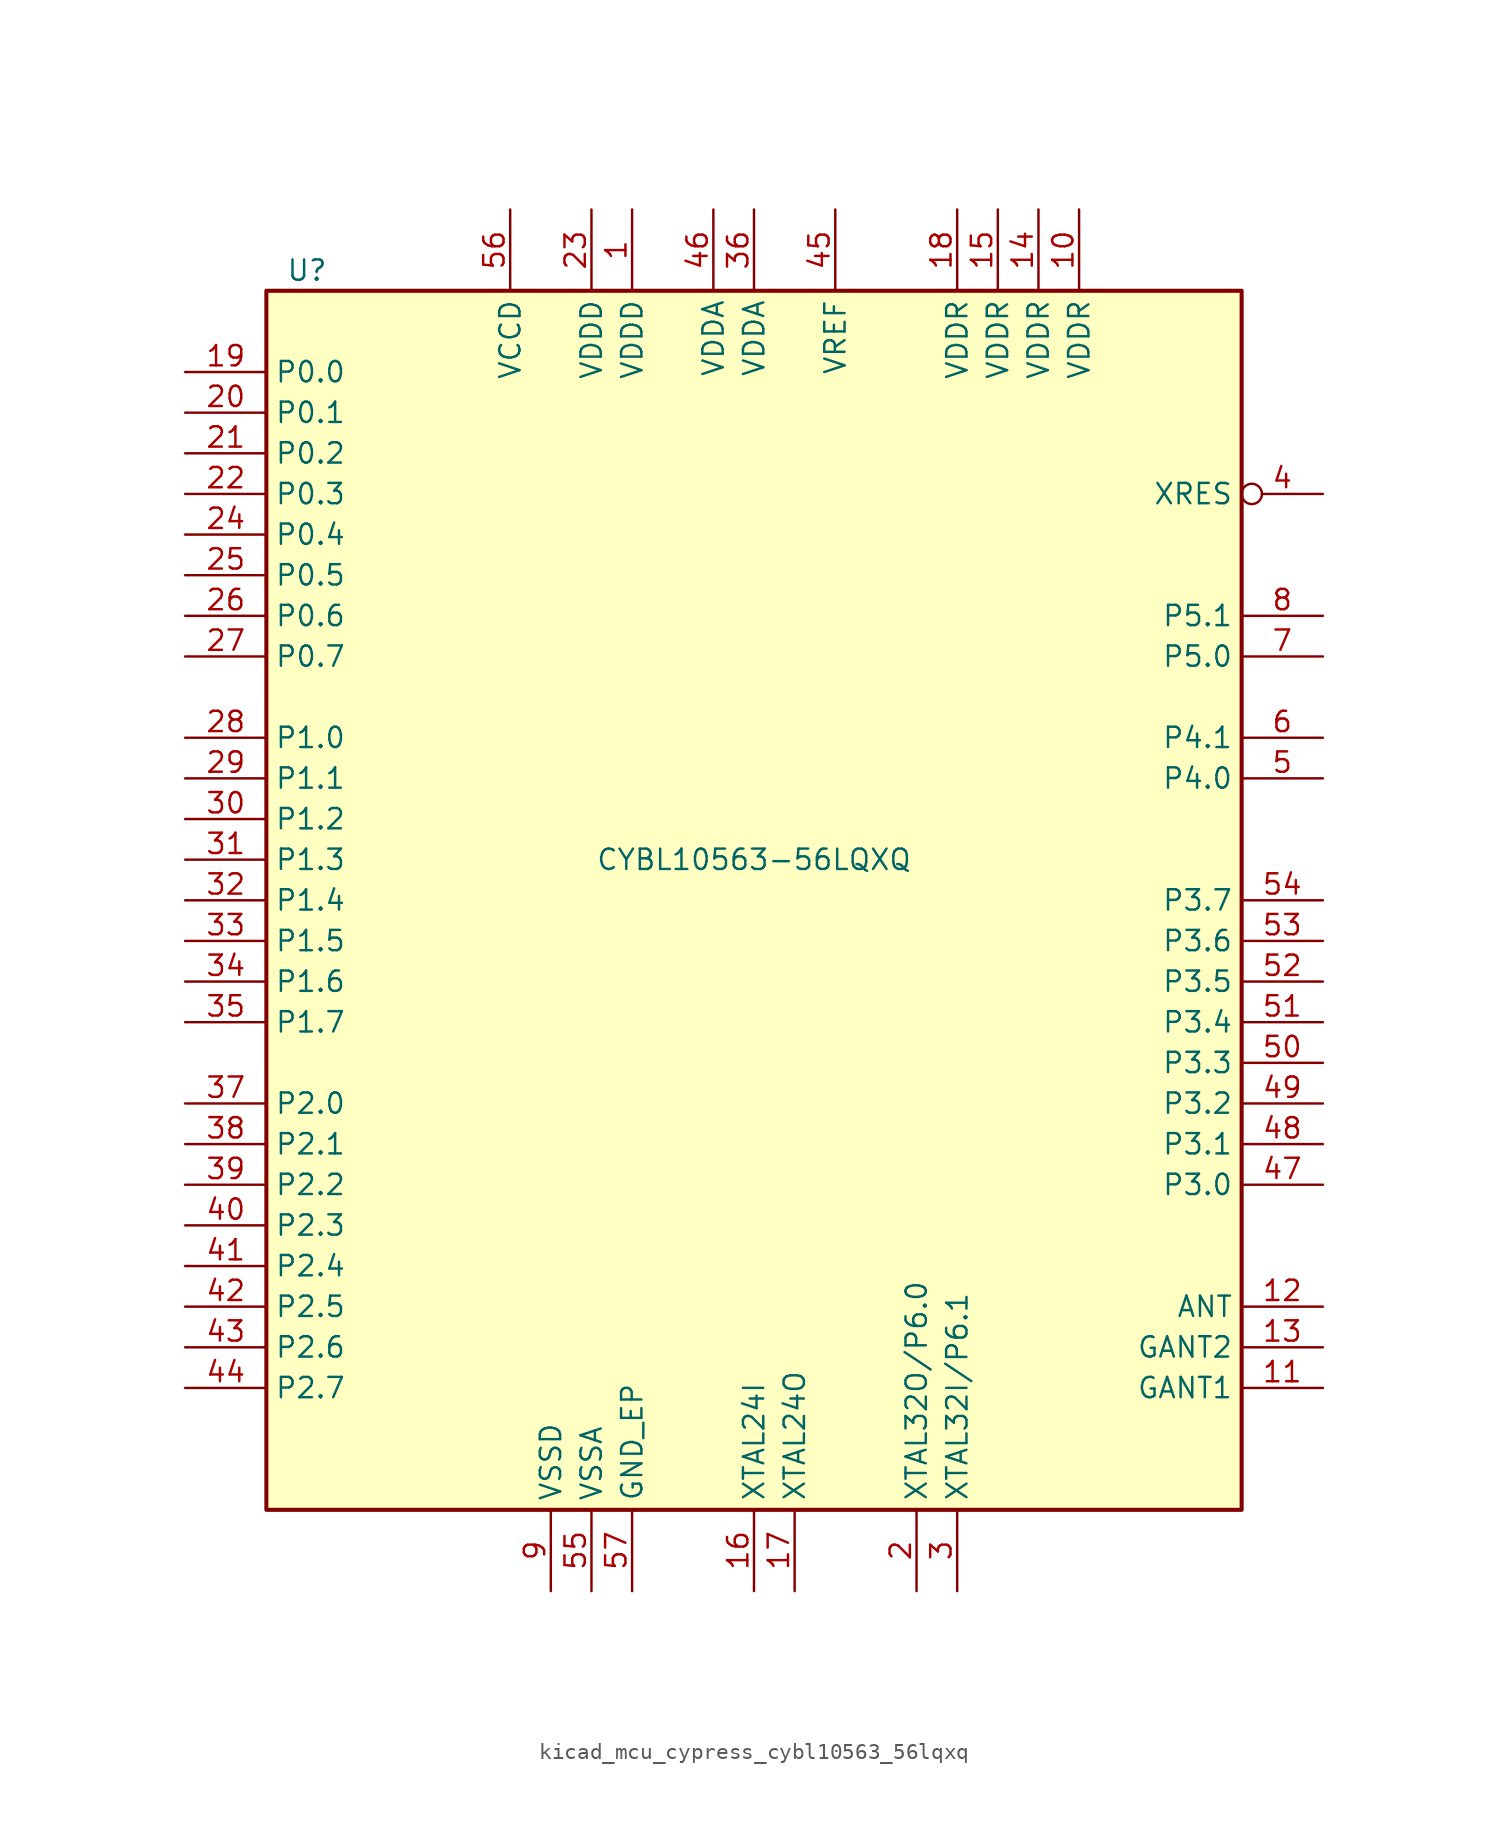
<source format=kicad_sym>
(kicad_symbol_lib
  (version 20220914)
  (generator kicad_symbol_editor)
  (symbol "kicad_mcu_cypress_cybl10563_56lqxq"
    (property "Reference" "U"
      (at -27.94 39.37 0)
      (effects (font (size 1.27 1.27))))
    (property "Value" "CYBL10563-56LQXQ"
      (at 0 2.54 0)
      (effects (font (size 1.27 1.27))))
    (symbol "kicad_mcu_cypress_cybl10563_56lqxq_1_0"
      (rectangle (start -30.48 -38.1) (end 30.48 38.1) (stroke (width 0.254) (type default)) (fill (type background))))
    (symbol "kicad_mcu_cypress_cybl10563_56lqxq_1_1"
      (pin power_in line (at -7.62 43.18 270) (length 5.08) (name "VDDD" (effects (font (size 1.27 1.27)))) (number "1" (effects (font (size 1.27 1.27)))))
      (pin power_in line (at 20.32 43.18 270) (length 5.08) (name "VDDR" (effects (font (size 1.27 1.27)))) (number "10" (effects (font (size 1.27 1.27)))))
      (pin power_in line (at 35.56 -30.48 180) (length 5.08) (name "GANT1" (effects (font (size 1.27 1.27)))) (number "11" (effects (font (size 1.27 1.27)))))
      (pin output line (at 35.56 -25.4 180) (length 5.08) (name "ANT" (effects (font (size 1.27 1.27)))) (number "12" (effects (font (size 1.27 1.27)))))
      (pin power_in line (at 35.56 -27.94 180) (length 5.08) (name "GANT2" (effects (font (size 1.27 1.27)))) (number "13" (effects (font (size 1.27 1.27)))))
      (pin power_in line (at 17.78 43.18 270) (length 5.08) (name "VDDR" (effects (font (size 1.27 1.27)))) (number "14" (effects (font (size 1.27 1.27)))))
      (pin power_in line (at 15.24 43.18 270) (length 5.08) (name "VDDR" (effects (font (size 1.27 1.27)))) (number "15" (effects (font (size 1.27 1.27)))))
      (pin input line (at 0 -43.18 90) (length 5.08) (name "XTAL24I" (effects (font (size 1.27 1.27)))) (number "16" (effects (font (size 1.27 1.27)))))
      (pin output line (at 2.54 -43.18 90) (length 5.08) (name "XTAL24O" (effects (font (size 1.27 1.27)))) (number "17" (effects (font (size 1.27 1.27)))))
      (pin power_in line (at 12.7 43.18 270) (length 5.08) (name "VDDR" (effects (font (size 1.27 1.27)))) (number "18" (effects (font (size 1.27 1.27)))))
      (pin bidirectional line (at -35.56 33.02 0) (length 5.08) (name "P0.0" (effects (font (size 1.27 1.27)))) (number "19" (effects (font (size 1.27 1.27)))))
      (pin bidirectional line (at 10.16 -43.18 90) (length 5.08) (name "XTAL32O/P6.0" (effects (font (size 1.27 1.27)))) (number "2" (effects (font (size 1.27 1.27)))))
      (pin bidirectional line (at -35.56 30.48 0) (length 5.08) (name "P0.1" (effects (font (size 1.27 1.27)))) (number "20" (effects (font (size 1.27 1.27)))))
      (pin bidirectional line (at -35.56 27.94 0) (length 5.08) (name "P0.2" (effects (font (size 1.27 1.27)))) (number "21" (effects (font (size 1.27 1.27)))))
      (pin bidirectional line (at -35.56 25.4 0) (length 5.08) (name "P0.3" (effects (font (size 1.27 1.27)))) (number "22" (effects (font (size 1.27 1.27)))))
      (pin power_in line (at -10.16 43.18 270) (length 5.08) (name "VDDD" (effects (font (size 1.27 1.27)))) (number "23" (effects (font (size 1.27 1.27)))))
      (pin bidirectional line (at -35.56 22.86 0) (length 5.08) (name "P0.4" (effects (font (size 1.27 1.27)))) (number "24" (effects (font (size 1.27 1.27)))))
      (pin bidirectional line (at -35.56 20.32 0) (length 5.08) (name "P0.5" (effects (font (size 1.27 1.27)))) (number "25" (effects (font (size 1.27 1.27)))))
      (pin bidirectional line (at -35.56 17.78 0) (length 5.08) (name "P0.6" (effects (font (size 1.27 1.27)))) (number "26" (effects (font (size 1.27 1.27)))))
      (pin bidirectional line (at -35.56 15.24 0) (length 5.08) (name "P0.7" (effects (font (size 1.27 1.27)))) (number "27" (effects (font (size 1.27 1.27)))))
      (pin bidirectional line (at -35.56 10.16 0) (length 5.08) (name "P1.0" (effects (font (size 1.27 1.27)))) (number "28" (effects (font (size 1.27 1.27)))))
      (pin bidirectional line (at -35.56 7.62 0) (length 5.08) (name "P1.1" (effects (font (size 1.27 1.27)))) (number "29" (effects (font (size 1.27 1.27)))))
      (pin bidirectional line (at 12.7 -43.18 90) (length 5.08) (name "XTAL32I/P6.1" (effects (font (size 1.27 1.27)))) (number "3" (effects (font (size 1.27 1.27)))))
      (pin bidirectional line (at -35.56 5.08 0) (length 5.08) (name "P1.2" (effects (font (size 1.27 1.27)))) (number "30" (effects (font (size 1.27 1.27)))))
      (pin bidirectional line (at -35.56 2.54 0) (length 5.08) (name "P1.3" (effects (font (size 1.27 1.27)))) (number "31" (effects (font (size 1.27 1.27)))))
      (pin bidirectional line (at -35.56 0 0) (length 5.08) (name "P1.4" (effects (font (size 1.27 1.27)))) (number "32" (effects (font (size 1.27 1.27)))))
      (pin bidirectional line (at -35.56 -2.54 0) (length 5.08) (name "P1.5" (effects (font (size 1.27 1.27)))) (number "33" (effects (font (size 1.27 1.27)))))
      (pin bidirectional line (at -35.56 -5.08 0) (length 5.08) (name "P1.6" (effects (font (size 1.27 1.27)))) (number "34" (effects (font (size 1.27 1.27)))))
      (pin bidirectional line (at -35.56 -7.62 0) (length 5.08) (name "P1.7" (effects (font (size 1.27 1.27)))) (number "35" (effects (font (size 1.27 1.27)))))
      (pin power_in line (at 0 43.18 270) (length 5.08) (name "VDDA" (effects (font (size 1.27 1.27)))) (number "36" (effects (font (size 1.27 1.27)))))
      (pin bidirectional line (at -35.56 -12.7 0) (length 5.08) (name "P2.0" (effects (font (size 1.27 1.27)))) (number "37" (effects (font (size 1.27 1.27)))))
      (pin bidirectional line (at -35.56 -15.24 0) (length 5.08) (name "P2.1" (effects (font (size 1.27 1.27)))) (number "38" (effects (font (size 1.27 1.27)))))
      (pin bidirectional line (at -35.56 -17.78 0) (length 5.08) (name "P2.2" (effects (font (size 1.27 1.27)))) (number "39" (effects (font (size 1.27 1.27)))))
      (pin input inverted (at 35.56 25.4 180) (length 5.08) (name "XRES" (effects (font (size 1.27 1.27)))) (number "4" (effects (font (size 1.27 1.27)))))
      (pin bidirectional line (at -35.56 -20.32 0) (length 5.08) (name "P2.3" (effects (font (size 1.27 1.27)))) (number "40" (effects (font (size 1.27 1.27)))))
      (pin bidirectional line (at -35.56 -22.86 0) (length 5.08) (name "P2.4" (effects (font (size 1.27 1.27)))) (number "41" (effects (font (size 1.27 1.27)))))
      (pin bidirectional line (at -35.56 -25.4 0) (length 5.08) (name "P2.5" (effects (font (size 1.27 1.27)))) (number "42" (effects (font (size 1.27 1.27)))))
      (pin bidirectional line (at -35.56 -27.94 0) (length 5.08) (name "P2.6" (effects (font (size 1.27 1.27)))) (number "43" (effects (font (size 1.27 1.27)))))
      (pin bidirectional line (at -35.56 -30.48 0) (length 5.08) (name "P2.7" (effects (font (size 1.27 1.27)))) (number "44" (effects (font (size 1.27 1.27)))))
      (pin passive line (at 5.08 43.18 270) (length 5.08) (name "VREF" (effects (font (size 1.27 1.27)))) (number "45" (effects (font (size 1.27 1.27)))))
      (pin power_in line (at -2.54 43.18 270) (length 5.08) (name "VDDA" (effects (font (size 1.27 1.27)))) (number "46" (effects (font (size 1.27 1.27)))))
      (pin bidirectional line (at 35.56 -17.78 180) (length 5.08) (name "P3.0" (effects (font (size 1.27 1.27)))) (number "47" (effects (font (size 1.27 1.27)))))
      (pin bidirectional line (at 35.56 -15.24 180) (length 5.08) (name "P3.1" (effects (font (size 1.27 1.27)))) (number "48" (effects (font (size 1.27 1.27)))))
      (pin bidirectional line (at 35.56 -12.7 180) (length 5.08) (name "P3.2" (effects (font (size 1.27 1.27)))) (number "49" (effects (font (size 1.27 1.27)))))
      (pin bidirectional line (at 35.56 7.62 180) (length 5.08) (name "P4.0" (effects (font (size 1.27 1.27)))) (number "5" (effects (font (size 1.27 1.27)))))
      (pin bidirectional line (at 35.56 -10.16 180) (length 5.08) (name "P3.3" (effects (font (size 1.27 1.27)))) (number "50" (effects (font (size 1.27 1.27)))))
      (pin bidirectional line (at 35.56 -7.62 180) (length 5.08) (name "P3.4" (effects (font (size 1.27 1.27)))) (number "51" (effects (font (size 1.27 1.27)))))
      (pin bidirectional line (at 35.56 -5.08 180) (length 5.08) (name "P3.5" (effects (font (size 1.27 1.27)))) (number "52" (effects (font (size 1.27 1.27)))))
      (pin bidirectional line (at 35.56 -2.54 180) (length 5.08) (name "P3.6" (effects (font (size 1.27 1.27)))) (number "53" (effects (font (size 1.27 1.27)))))
      (pin bidirectional line (at 35.56 0 180) (length 5.08) (name "P3.7" (effects (font (size 1.27 1.27)))) (number "54" (effects (font (size 1.27 1.27)))))
      (pin power_in line (at -10.16 -43.18 90) (length 5.08) (name "VSSA" (effects (font (size 1.27 1.27)))) (number "55" (effects (font (size 1.27 1.27)))))
      (pin power_out line (at -15.24 43.18 270) (length 5.08) (name "VCCD" (effects (font (size 1.27 1.27)))) (number "56" (effects (font (size 1.27 1.27)))))
      (pin power_in line (at -7.62 -43.18 90) (length 5.08) (name "GND_EP" (effects (font (size 1.27 1.27)))) (number "57" (effects (font (size 1.27 1.27)))))
      (pin bidirectional line (at 35.56 10.16 180) (length 5.08) (name "P4.1" (effects (font (size 1.27 1.27)))) (number "6" (effects (font (size 1.27 1.27)))))
      (pin bidirectional line (at 35.56 15.24 180) (length 5.08) (name "P5.0" (effects (font (size 1.27 1.27)))) (number "7" (effects (font (size 1.27 1.27)))))
      (pin bidirectional line (at 35.56 17.78 180) (length 5.08) (name "P5.1" (effects (font (size 1.27 1.27)))) (number "8" (effects (font (size 1.27 1.27)))))
      (pin power_in line (at -12.7 -43.18 90) (length 5.08) (name "VSSD" (effects (font (size 1.27 1.27)))) (number "9" (effects (font (size 1.27 1.27))))))))
</source>
